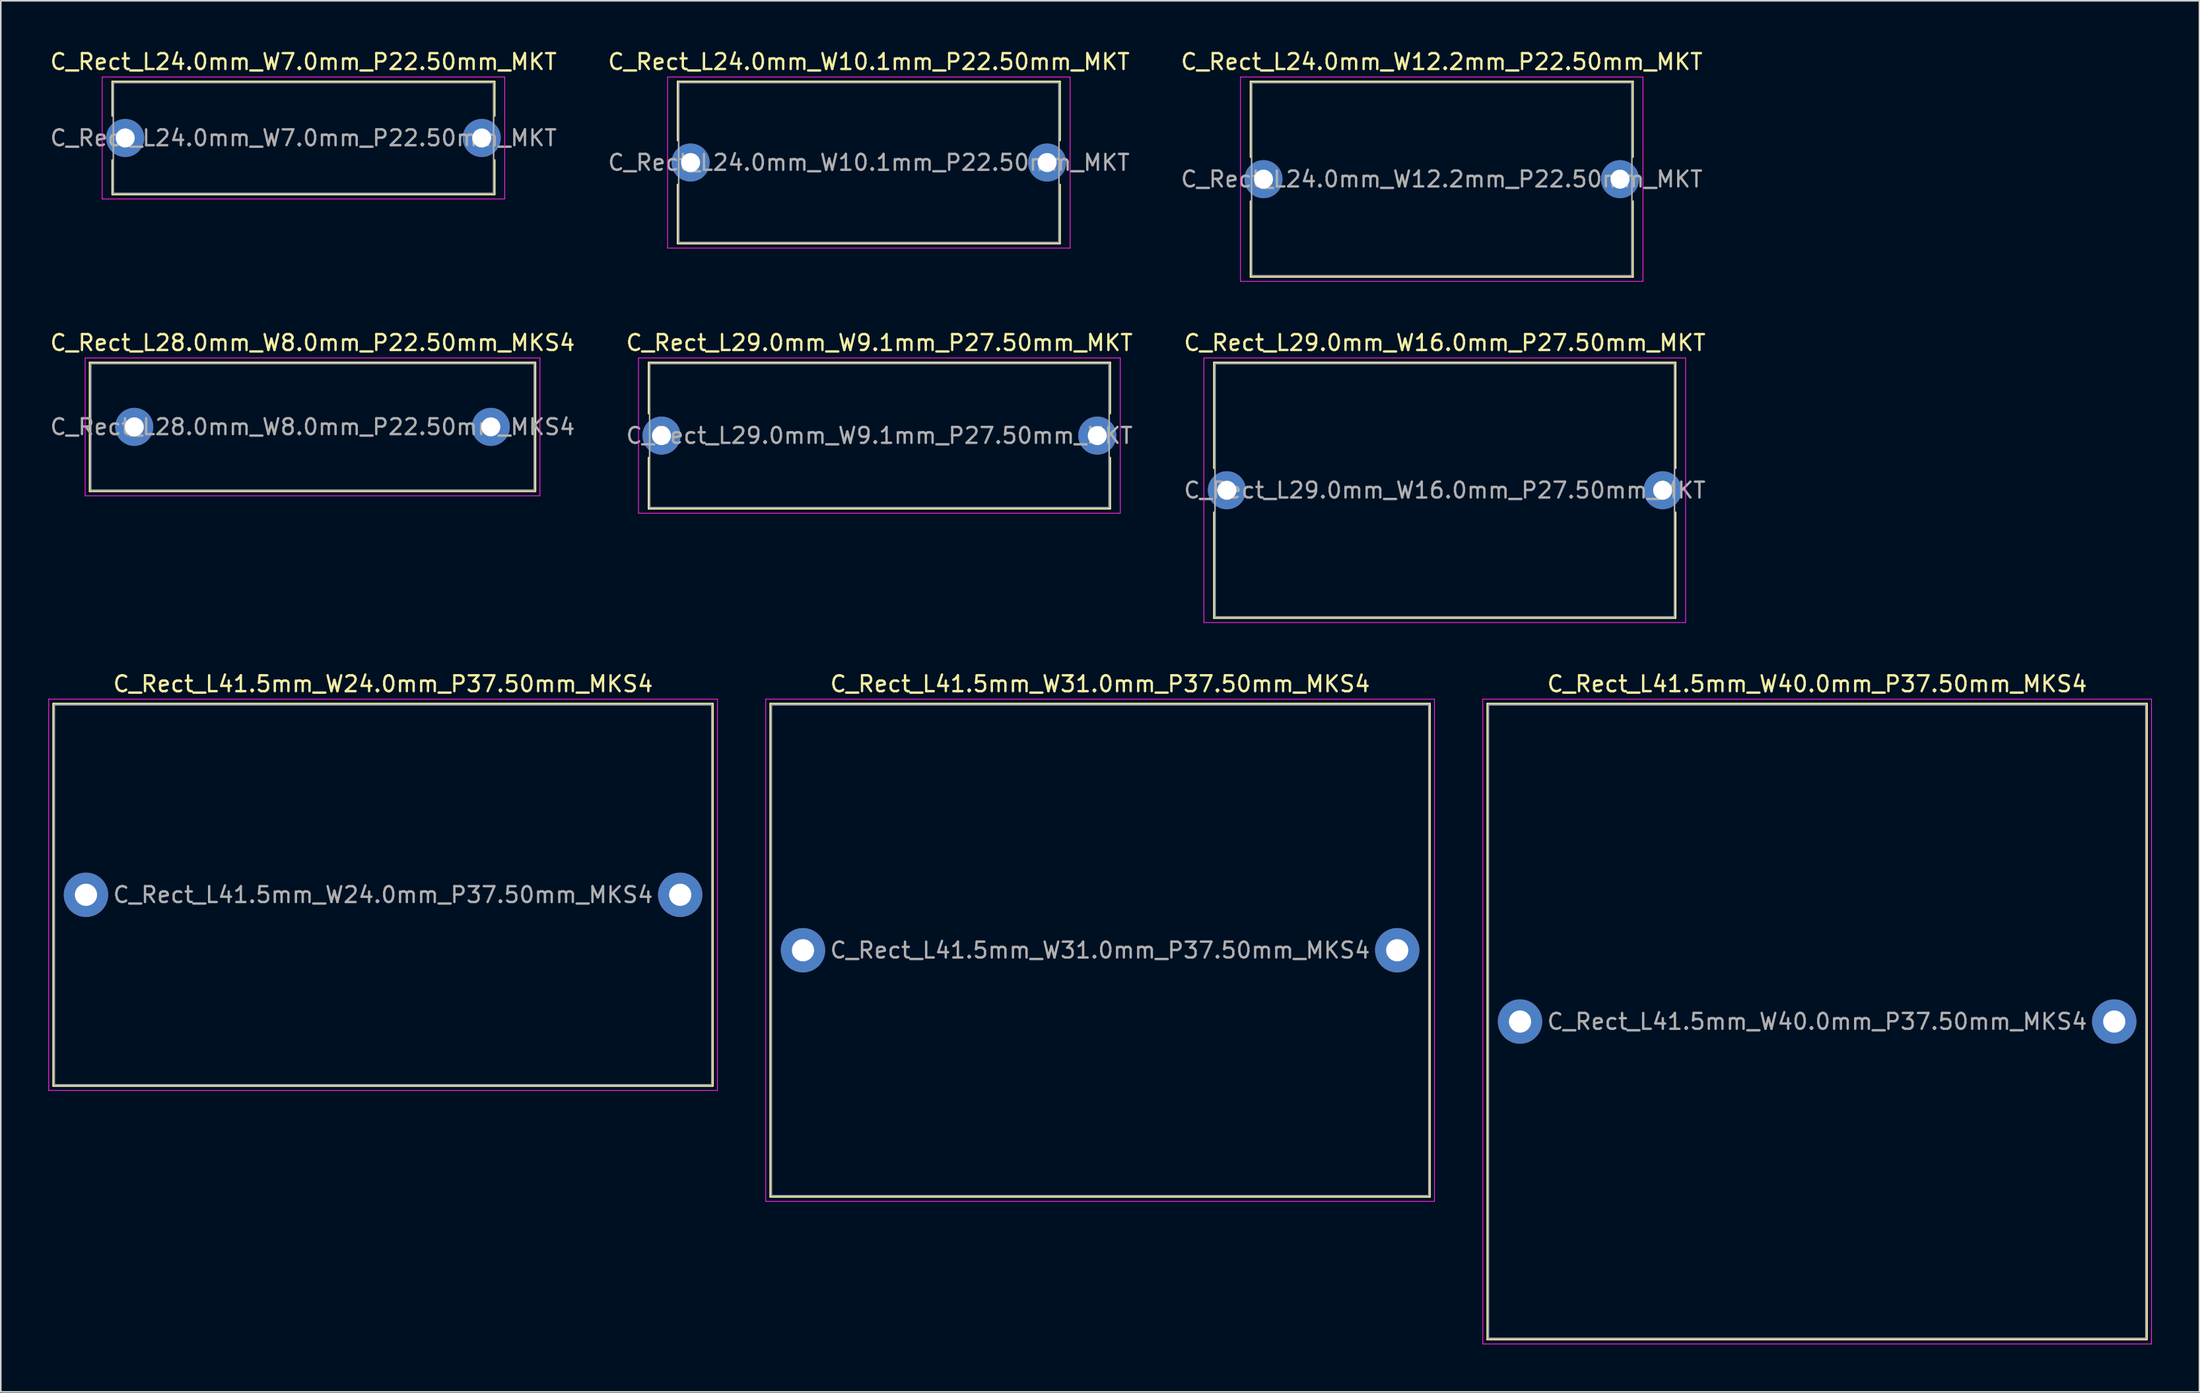
<source format=kicad_pcb>
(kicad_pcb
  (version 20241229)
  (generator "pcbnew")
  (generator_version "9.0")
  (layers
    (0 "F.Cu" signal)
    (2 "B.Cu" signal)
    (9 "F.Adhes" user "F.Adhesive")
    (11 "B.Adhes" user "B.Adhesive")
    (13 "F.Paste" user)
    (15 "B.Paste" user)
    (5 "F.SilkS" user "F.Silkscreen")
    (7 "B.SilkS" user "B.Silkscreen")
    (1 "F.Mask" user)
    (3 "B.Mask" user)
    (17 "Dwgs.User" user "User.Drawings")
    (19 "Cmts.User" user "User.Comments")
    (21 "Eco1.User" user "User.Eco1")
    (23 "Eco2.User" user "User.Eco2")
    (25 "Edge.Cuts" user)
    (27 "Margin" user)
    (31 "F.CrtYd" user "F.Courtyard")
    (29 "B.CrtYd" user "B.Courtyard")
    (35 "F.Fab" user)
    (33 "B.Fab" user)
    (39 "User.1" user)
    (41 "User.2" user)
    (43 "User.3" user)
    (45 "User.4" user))
  (footprint "C_Rect_L28.0mm_W8.0mm_P22.50mm_MKS4"
    (layer "F.Cu")
    (at 5.423 23.892)
    (property "Reference" "C_Rect_L28.0mm_W8.0mm_P22.50mm_MKS4" (at 11.25 -5.31 0) (layer "F.SilkS") (effects (font (size 1 1) (thickness 0.15))))
    (attr through_hole)
    (fp_line (start -2.81 -4.06) (end -2.81 4.06) (stroke (width 0.12) (type solid)) (layer "F.SilkS"))
    (fp_line (start -2.81 -4.06) (end 25.31 -4.06) (stroke (width 0.12) (type solid)) (layer "F.SilkS"))
    (fp_line (start -2.81 4.06) (end 25.31 4.06) (stroke (width 0.12) (type solid)) (layer "F.SilkS"))
    (fp_line (start 25.31 -4.06) (end 25.31 4.06) (stroke (width 0.12) (type solid)) (layer "F.SilkS"))
    (fp_line (start -3.1 -4.35) (end -3.1 4.35) (stroke (width 0.05) (type solid)) (layer "F.CrtYd"))
    (fp_line (start -3.1 4.35) (end 25.6 4.35) (stroke (width 0.05) (type solid)) (layer "F.CrtYd"))
    (fp_line (start 25.6 -4.35) (end -3.1 -4.35) (stroke (width 0.05) (type solid)) (layer "F.CrtYd"))
    (fp_line (start 25.6 4.35) (end 25.6 -4.35) (stroke (width 0.05) (type solid)) (layer "F.CrtYd"))
    (fp_line (start -2.75 -4) (end -2.75 4) (stroke (width 0.1) (type solid)) (layer "F.Fab"))
    (fp_line (start -2.75 4) (end 25.25 4) (stroke (width 0.1) (type solid)) (layer "F.Fab"))
    (fp_line (start 25.25 -4) (end -2.75 -4) (stroke (width 0.1) (type solid)) (layer "F.Fab"))
    (fp_line (start 25.25 4) (end 25.25 -4) (stroke (width 0.1) (type solid)) (layer "F.Fab"))
    (fp_text user "${REFERENCE}" (at 11.25 0 0) (layer "F.Fab") (effects (font (size 1 1) (thickness 0.15))))
    (pad "1" thru_hole circle (at 0 0) (size 2.4 2.4) (drill 1.2) (layers "*.Cu" "*.Mask"))
    (pad "2" thru_hole circle (at 22.5 0) (size 2.4 2.4) (drill 1.2) (layers "*.Cu" "*.Mask")))
  (footprint "C_Rect_L24.0mm_W12.2mm_P22.50mm_MKT"
    (layer "F.Cu")
    (at 76.685 8.258)
    (property "Reference" "C_Rect_L24.0mm_W12.2mm_P22.50mm_MKT" (at 11.25 -7.41 0) (layer "F.SilkS") (effects (font (size 1 1) (thickness 0.15))))
    (attr through_hole)
    (fp_line (start -0.81 -6.16) (end -0.81 -1.395) (stroke (width 0.12) (type solid)) (layer "F.SilkS"))
    (fp_line (start -0.81 -6.16) (end 23.31 -6.16) (stroke (width 0.12) (type solid)) (layer "F.SilkS"))
    (fp_line (start -0.81 1.395) (end -0.81 6.16) (stroke (width 0.12) (type solid)) (layer "F.SilkS"))
    (fp_line (start -0.81 6.16) (end 23.31 6.16) (stroke (width 0.12) (type solid)) (layer "F.SilkS"))
    (fp_line (start 23.31 -6.16) (end 23.31 -1.395) (stroke (width 0.12) (type solid)) (layer "F.SilkS"))
    (fp_line (start 23.31 1.395) (end 23.31 6.16) (stroke (width 0.12) (type solid)) (layer "F.SilkS"))
    (fp_line (start -1.45 -6.45) (end -1.45 6.45) (stroke (width 0.05) (type solid)) (layer "F.CrtYd"))
    (fp_line (start -1.45 6.45) (end 23.95 6.45) (stroke (width 0.05) (type solid)) (layer "F.CrtYd"))
    (fp_line (start 23.95 -6.45) (end -1.45 -6.45) (stroke (width 0.05) (type solid)) (layer "F.CrtYd"))
    (fp_line (start 23.95 6.45) (end 23.95 -6.45) (stroke (width 0.05) (type solid)) (layer "F.CrtYd"))
    (fp_line (start -0.75 -6.1) (end -0.75 6.1) (stroke (width 0.1) (type solid)) (layer "F.Fab"))
    (fp_line (start -0.75 6.1) (end 23.25 6.1) (stroke (width 0.1) (type solid)) (layer "F.Fab"))
    (fp_line (start 23.25 -6.1) (end -0.75 -6.1) (stroke (width 0.1) (type solid)) (layer "F.Fab"))
    (fp_line (start 23.25 6.1) (end 23.25 -6.1) (stroke (width 0.1) (type solid)) (layer "F.Fab"))
    (fp_text user "${REFERENCE}" (at 11.25 0 0) (layer "F.Fab") (effects (font (size 1 1) (thickness 0.15))))
    (pad "1" thru_hole circle (at 0 0) (size 2.4 2.4) (drill 1.2) (layers "*.Cu" "*.Mask"))
    (pad "2" thru_hole circle (at 22.5 0) (size 2.4 2.4) (drill 1.2) (layers "*.Cu" "*.Mask")))
  (footprint "C_Rect_L24.0mm_W10.1mm_P22.50mm_MKT"
    (layer "F.Cu")
    (at 40.53 7.208)
    (property "Reference" "C_Rect_L24.0mm_W10.1mm_P22.50mm_MKT" (at 11.25 -6.36 0) (layer "F.SilkS") (effects (font (size 1 1) (thickness 0.15))))
    (attr through_hole)
    (fp_line (start -0.81 -5.11) (end -0.81 -1.395) (stroke (width 0.12) (type solid)) (layer "F.SilkS"))
    (fp_line (start -0.81 -5.11) (end 23.31 -5.11) (stroke (width 0.12) (type solid)) (layer "F.SilkS"))
    (fp_line (start -0.81 1.395) (end -0.81 5.11) (stroke (width 0.12) (type solid)) (layer "F.SilkS"))
    (fp_line (start -0.81 5.11) (end 23.31 5.11) (stroke (width 0.12) (type solid)) (layer "F.SilkS"))
    (fp_line (start 23.31 -5.11) (end 23.31 -1.395) (stroke (width 0.12) (type solid)) (layer "F.SilkS"))
    (fp_line (start 23.31 1.395) (end 23.31 5.11) (stroke (width 0.12) (type solid)) (layer "F.SilkS"))
    (fp_line (start -1.45 -5.4) (end -1.45 5.4) (stroke (width 0.05) (type solid)) (layer "F.CrtYd"))
    (fp_line (start -1.45 5.4) (end 23.95 5.4) (stroke (width 0.05) (type solid)) (layer "F.CrtYd"))
    (fp_line (start 23.95 -5.4) (end -1.45 -5.4) (stroke (width 0.05) (type solid)) (layer "F.CrtYd"))
    (fp_line (start 23.95 5.4) (end 23.95 -5.4) (stroke (width 0.05) (type solid)) (layer "F.CrtYd"))
    (fp_line (start -0.75 -5.05) (end -0.75 5.05) (stroke (width 0.1) (type solid)) (layer "F.Fab"))
    (fp_line (start -0.75 5.05) (end 23.25 5.05) (stroke (width 0.1) (type solid)) (layer "F.Fab"))
    (fp_line (start 23.25 -5.05) (end -0.75 -5.05) (stroke (width 0.1) (type solid)) (layer "F.Fab"))
    (fp_line (start 23.25 5.05) (end 23.25 -5.05) (stroke (width 0.1) (type solid)) (layer "F.Fab"))
    (fp_text user "${REFERENCE}" (at 11.25 0 0) (layer "F.Fab") (effects (font (size 1 1) (thickness 0.15))))
    (pad "1" thru_hole circle (at 0 0) (size 2.4 2.4) (drill 1.2) (layers "*.Cu" "*.Mask"))
    (pad "2" thru_hole circle (at 22.5 0) (size 2.4 2.4) (drill 1.2) (layers "*.Cu" "*.Mask")))
  (footprint "C_Rect_L29.0mm_W16.0mm_P27.50mm_MKT"
    (layer "F.Cu")
    (at 74.375 27.892)
    (property "Reference" "C_Rect_L29.0mm_W16.0mm_P27.50mm_MKT" (at 13.75 -9.31 0) (layer "F.SilkS") (effects (font (size 1 1) (thickness 0.15))))
    (attr through_hole)
    (fp_line (start -0.81 -8.06) (end -0.81 -1.395) (stroke (width 0.12) (type solid)) (layer "F.SilkS"))
    (fp_line (start -0.81 -8.06) (end 28.31 -8.06) (stroke (width 0.12) (type solid)) (layer "F.SilkS"))
    (fp_line (start -0.81 1.395) (end -0.81 8.06) (stroke (width 0.12) (type solid)) (layer "F.SilkS"))
    (fp_line (start -0.81 8.06) (end 28.31 8.06) (stroke (width 0.12) (type solid)) (layer "F.SilkS"))
    (fp_line (start 28.31 -8.06) (end 28.31 -1.395) (stroke (width 0.12) (type solid)) (layer "F.SilkS"))
    (fp_line (start 28.31 1.395) (end 28.31 8.06) (stroke (width 0.12) (type solid)) (layer "F.SilkS"))
    (fp_line (start -1.45 -8.35) (end -1.45 8.35) (stroke (width 0.05) (type solid)) (layer "F.CrtYd"))
    (fp_line (start -1.45 8.35) (end 28.95 8.35) (stroke (width 0.05) (type solid)) (layer "F.CrtYd"))
    (fp_line (start 28.95 -8.35) (end -1.45 -8.35) (stroke (width 0.05) (type solid)) (layer "F.CrtYd"))
    (fp_line (start 28.95 8.35) (end 28.95 -8.35) (stroke (width 0.05) (type solid)) (layer "F.CrtYd"))
    (fp_line (start -0.75 -8) (end -0.75 8) (stroke (width 0.1) (type solid)) (layer "F.Fab"))
    (fp_line (start -0.75 8) (end 28.25 8) (stroke (width 0.1) (type solid)) (layer "F.Fab"))
    (fp_line (start 28.25 -8) (end -0.75 -8) (stroke (width 0.1) (type solid)) (layer "F.Fab"))
    (fp_line (start 28.25 8) (end 28.25 -8) (stroke (width 0.1) (type solid)) (layer "F.Fab"))
    (fp_text user "${REFERENCE}" (at 13.75 0 0) (layer "F.Fab") (effects (font (size 1 1) (thickness 0.15))))
    (pad "1" thru_hole circle (at 0 0) (size 2.4 2.4) (drill 1.2) (layers "*.Cu" "*.Mask"))
    (pad "2" thru_hole circle (at 27.5 0) (size 2.4 2.4) (drill 1.2) (layers "*.Cu" "*.Mask")))
  (footprint "C_Rect_L41.5mm_W31.0mm_P37.50mm_MKS4"
    (layer "F.Cu")
    (at 47.625 56.925)
    (property "Reference" "C_Rect_L41.5mm_W31.0mm_P37.50mm_MKS4" (at 18.75 -16.81 0) (layer "F.SilkS") (effects (font (size 1 1) (thickness 0.15))))
    (attr through_hole)
    (fp_line (start -2.06 -15.56) (end -2.06 15.56) (stroke (width 0.12) (type solid)) (layer "F.SilkS"))
    (fp_line (start -2.06 -15.56) (end 39.56 -15.56) (stroke (width 0.12) (type solid)) (layer "F.SilkS"))
    (fp_line (start -2.06 15.56) (end 39.56 15.56) (stroke (width 0.12) (type solid)) (layer "F.SilkS"))
    (fp_line (start 39.56 -15.56) (end 39.56 15.56) (stroke (width 0.12) (type solid)) (layer "F.SilkS"))
    (fp_line (start -2.35 -15.85) (end -2.35 15.85) (stroke (width 0.05) (type solid)) (layer "F.CrtYd"))
    (fp_line (start -2.35 15.85) (end 39.85 15.85) (stroke (width 0.05) (type solid)) (layer "F.CrtYd"))
    (fp_line (start 39.85 -15.85) (end -2.35 -15.85) (stroke (width 0.05) (type solid)) (layer "F.CrtYd"))
    (fp_line (start 39.85 15.85) (end 39.85 -15.85) (stroke (width 0.05) (type solid)) (layer "F.CrtYd"))
    (fp_line (start -2 -15.5) (end -2 15.5) (stroke (width 0.1) (type solid)) (layer "F.Fab"))
    (fp_line (start -2 15.5) (end 39.5 15.5) (stroke (width 0.1) (type solid)) (layer "F.Fab"))
    (fp_line (start 39.5 -15.5) (end -2 -15.5) (stroke (width 0.1) (type solid)) (layer "F.Fab"))
    (fp_line (start 39.5 15.5) (end 39.5 -15.5) (stroke (width 0.1) (type solid)) (layer "F.Fab"))
    (fp_text user "${REFERENCE}" (at 18.75 0 0) (layer "F.Fab") (effects (font (size 1 1) (thickness 0.15))))
    (pad "1" thru_hole circle (at 0 0) (size 2.8 2.8) (drill 1.4) (layers "*.Cu" "*.Mask"))
    (pad "2" thru_hole circle (at 37.5 0) (size 2.8 2.8) (drill 1.4) (layers "*.Cu" "*.Mask")))
  (footprint "C_Rect_L29.0mm_W9.1mm_P27.50mm_MKT"
    (layer "F.Cu")
    (at 38.696 24.442)
    (property "Reference" "C_Rect_L29.0mm_W9.1mm_P27.50mm_MKT" (at 13.75 -5.86 0) (layer "F.SilkS") (effects (font (size 1 1) (thickness 0.15))))
    (attr through_hole)
    (fp_line (start -0.81 -4.61) (end -0.81 -1.395) (stroke (width 0.12) (type solid)) (layer "F.SilkS"))
    (fp_line (start -0.81 -4.61) (end 28.31 -4.61) (stroke (width 0.12) (type solid)) (layer "F.SilkS"))
    (fp_line (start -0.81 1.395) (end -0.81 4.61) (stroke (width 0.12) (type solid)) (layer "F.SilkS"))
    (fp_line (start -0.81 4.61) (end 28.31 4.61) (stroke (width 0.12) (type solid)) (layer "F.SilkS"))
    (fp_line (start 28.31 -4.61) (end 28.31 -1.395) (stroke (width 0.12) (type solid)) (layer "F.SilkS"))
    (fp_line (start 28.31 1.395) (end 28.31 4.61) (stroke (width 0.12) (type solid)) (layer "F.SilkS"))
    (fp_line (start -1.45 -4.9) (end -1.45 4.9) (stroke (width 0.05) (type solid)) (layer "F.CrtYd"))
    (fp_line (start -1.45 4.9) (end 28.95 4.9) (stroke (width 0.05) (type solid)) (layer "F.CrtYd"))
    (fp_line (start 28.95 -4.9) (end -1.45 -4.9) (stroke (width 0.05) (type solid)) (layer "F.CrtYd"))
    (fp_line (start 28.95 4.9) (end 28.95 -4.9) (stroke (width 0.05) (type solid)) (layer "F.CrtYd"))
    (fp_line (start -0.75 -4.55) (end -0.75 4.55) (stroke (width 0.1) (type solid)) (layer "F.Fab"))
    (fp_line (start -0.75 4.55) (end 28.25 4.55) (stroke (width 0.1) (type solid)) (layer "F.Fab"))
    (fp_line (start 28.25 -4.55) (end -0.75 -4.55) (stroke (width 0.1) (type solid)) (layer "F.Fab"))
    (fp_line (start 28.25 4.55) (end 28.25 -4.55) (stroke (width 0.1) (type solid)) (layer "F.Fab"))
    (fp_text user "${REFERENCE}" (at 13.75 0 0) (layer "F.Fab") (effects (font (size 1 1) (thickness 0.15))))
    (pad "1" thru_hole circle (at 0 0) (size 2.4 2.4) (drill 1.2) (layers "*.Cu" "*.Mask"))
    (pad "2" thru_hole circle (at 27.5 0) (size 2.4 2.4) (drill 1.2) (layers "*.Cu" "*.Mask")))
  (footprint "C_Rect_L41.5mm_W40.0mm_P37.50mm_MKS4"
    (layer "F.Cu")
    (at 92.875 61.425)
    (property "Reference" "C_Rect_L41.5mm_W40.0mm_P37.50mm_MKS4" (at 18.75 -21.31 0) (layer "F.SilkS") (effects (font (size 1 1) (thickness 0.15))))
    (attr through_hole)
    (fp_line (start -2.06 -20.06) (end -2.06 20.06) (stroke (width 0.12) (type solid)) (layer "F.SilkS"))
    (fp_line (start -2.06 -20.06) (end 39.56 -20.06) (stroke (width 0.12) (type solid)) (layer "F.SilkS"))
    (fp_line (start -2.06 20.06) (end 39.56 20.06) (stroke (width 0.12) (type solid)) (layer "F.SilkS"))
    (fp_line (start 39.56 -20.06) (end 39.56 20.06) (stroke (width 0.12) (type solid)) (layer "F.SilkS"))
    (fp_line (start -2.35 -20.35) (end -2.35 20.35) (stroke (width 0.05) (type solid)) (layer "F.CrtYd"))
    (fp_line (start -2.35 20.35) (end 39.85 20.35) (stroke (width 0.05) (type solid)) (layer "F.CrtYd"))
    (fp_line (start 39.85 -20.35) (end -2.35 -20.35) (stroke (width 0.05) (type solid)) (layer "F.CrtYd"))
    (fp_line (start 39.85 20.35) (end 39.85 -20.35) (stroke (width 0.05) (type solid)) (layer "F.CrtYd"))
    (fp_line (start -2 -20) (end -2 20) (stroke (width 0.1) (type solid)) (layer "F.Fab"))
    (fp_line (start -2 20) (end 39.5 20) (stroke (width 0.1) (type solid)) (layer "F.Fab"))
    (fp_line (start 39.5 -20) (end -2 -20) (stroke (width 0.1) (type solid)) (layer "F.Fab"))
    (fp_line (start 39.5 20) (end 39.5 -20) (stroke (width 0.1) (type solid)) (layer "F.Fab"))
    (fp_text user "${REFERENCE}" (at 18.75 0 0) (layer "F.Fab") (effects (font (size 1 1) (thickness 0.15))))
    (pad "1" thru_hole circle (at 0 0) (size 2.8 2.8) (drill 1.4) (layers "*.Cu" "*.Mask"))
    (pad "2" thru_hole circle (at 37.5 0) (size 2.8 2.8) (drill 1.4) (layers "*.Cu" "*.Mask")))
  (footprint "C_Rect_L41.5mm_W24.0mm_P37.50mm_MKS4"
    (layer "F.Cu")
    (at 2.375 53.425)
    (property "Reference" "C_Rect_L41.5mm_W24.0mm_P37.50mm_MKS4" (at 18.75 -13.31 0) (layer "F.SilkS") (effects (font (size 1 1) (thickness 0.15))))
    (attr through_hole)
    (fp_line (start -2.06 -12.06) (end -2.06 12.06) (stroke (width 0.12) (type solid)) (layer "F.SilkS"))
    (fp_line (start -2.06 -12.06) (end 39.56 -12.06) (stroke (width 0.12) (type solid)) (layer "F.SilkS"))
    (fp_line (start -2.06 12.06) (end 39.56 12.06) (stroke (width 0.12) (type solid)) (layer "F.SilkS"))
    (fp_line (start 39.56 -12.06) (end 39.56 12.06) (stroke (width 0.12) (type solid)) (layer "F.SilkS"))
    (fp_line (start -2.35 -12.35) (end -2.35 12.35) (stroke (width 0.05) (type solid)) (layer "F.CrtYd"))
    (fp_line (start -2.35 12.35) (end 39.85 12.35) (stroke (width 0.05) (type solid)) (layer "F.CrtYd"))
    (fp_line (start 39.85 -12.35) (end -2.35 -12.35) (stroke (width 0.05) (type solid)) (layer "F.CrtYd"))
    (fp_line (start 39.85 12.35) (end 39.85 -12.35) (stroke (width 0.05) (type solid)) (layer "F.CrtYd"))
    (fp_line (start -2 -12) (end -2 12) (stroke (width 0.1) (type solid)) (layer "F.Fab"))
    (fp_line (start -2 12) (end 39.5 12) (stroke (width 0.1) (type solid)) (layer "F.Fab"))
    (fp_line (start 39.5 -12) (end -2 -12) (stroke (width 0.1) (type solid)) (layer "F.Fab"))
    (fp_line (start 39.5 12) (end 39.5 -12) (stroke (width 0.1) (type solid)) (layer "F.Fab"))
    (fp_text user "${REFERENCE}" (at 18.75 0 0) (layer "F.Fab") (effects (font (size 1 1) (thickness 0.15))))
    (pad "1" thru_hole circle (at 0 0) (size 2.8 2.8) (drill 1.4) (layers "*.Cu" "*.Mask"))
    (pad "2" thru_hole circle (at 37.5 0) (size 2.8 2.8) (drill 1.4) (layers "*.Cu" "*.Mask")))
  (footprint "C_Rect_L24.0mm_W7.0mm_P22.50mm_MKT"
    (layer "F.Cu")
    (at 4.851 5.658)
    (property "Reference" "C_Rect_L24.0mm_W7.0mm_P22.50mm_MKT" (at 11.25 -4.81 0) (layer "F.SilkS") (effects (font (size 1 1) (thickness 0.15))))
    (attr through_hole)
    (fp_line (start -0.81 -3.56) (end -0.81 -1.395) (stroke (width 0.12) (type solid)) (layer "F.SilkS"))
    (fp_line (start -0.81 -3.56) (end 23.31 -3.56) (stroke (width 0.12) (type solid)) (layer "F.SilkS"))
    (fp_line (start -0.81 1.395) (end -0.81 3.56) (stroke (width 0.12) (type solid)) (layer "F.SilkS"))
    (fp_line (start -0.81 3.56) (end 23.31 3.56) (stroke (width 0.12) (type solid)) (layer "F.SilkS"))
    (fp_line (start 23.31 -3.56) (end 23.31 -1.395) (stroke (width 0.12) (type solid)) (layer "F.SilkS"))
    (fp_line (start 23.31 1.395) (end 23.31 3.56) (stroke (width 0.12) (type solid)) (layer "F.SilkS"))
    (fp_line (start -1.45 -3.85) (end -1.45 3.85) (stroke (width 0.05) (type solid)) (layer "F.CrtYd"))
    (fp_line (start -1.45 3.85) (end 23.95 3.85) (stroke (width 0.05) (type solid)) (layer "F.CrtYd"))
    (fp_line (start 23.95 -3.85) (end -1.45 -3.85) (stroke (width 0.05) (type solid)) (layer "F.CrtYd"))
    (fp_line (start 23.95 3.85) (end 23.95 -3.85) (stroke (width 0.05) (type solid)) (layer "F.CrtYd"))
    (fp_line (start -0.75 -3.5) (end -0.75 3.5) (stroke (width 0.1) (type solid)) (layer "F.Fab"))
    (fp_line (start -0.75 3.5) (end 23.25 3.5) (stroke (width 0.1) (type solid)) (layer "F.Fab"))
    (fp_line (start 23.25 -3.5) (end -0.75 -3.5) (stroke (width 0.1) (type solid)) (layer "F.Fab"))
    (fp_line (start 23.25 3.5) (end 23.25 -3.5) (stroke (width 0.1) (type solid)) (layer "F.Fab"))
    (fp_text user "${REFERENCE}" (at 11.25 0 0) (layer "F.Fab") (effects (font (size 1 1) (thickness 0.15))))
    (pad "1" thru_hole circle (at 0 0) (size 2.4 2.4) (drill 1.2) (layers "*.Cu" "*.Mask"))
    (pad "2" thru_hole circle (at 22.5 0) (size 2.4 2.4) (drill 1.2) (layers "*.Cu" "*.Mask")))
  (gr_rect
    (start -3 -3)
    (end 135.75 84.8)
    (stroke (width 0.1) (type default))
    (fill no)
    (layer "Edge.Cuts")))
</source>
